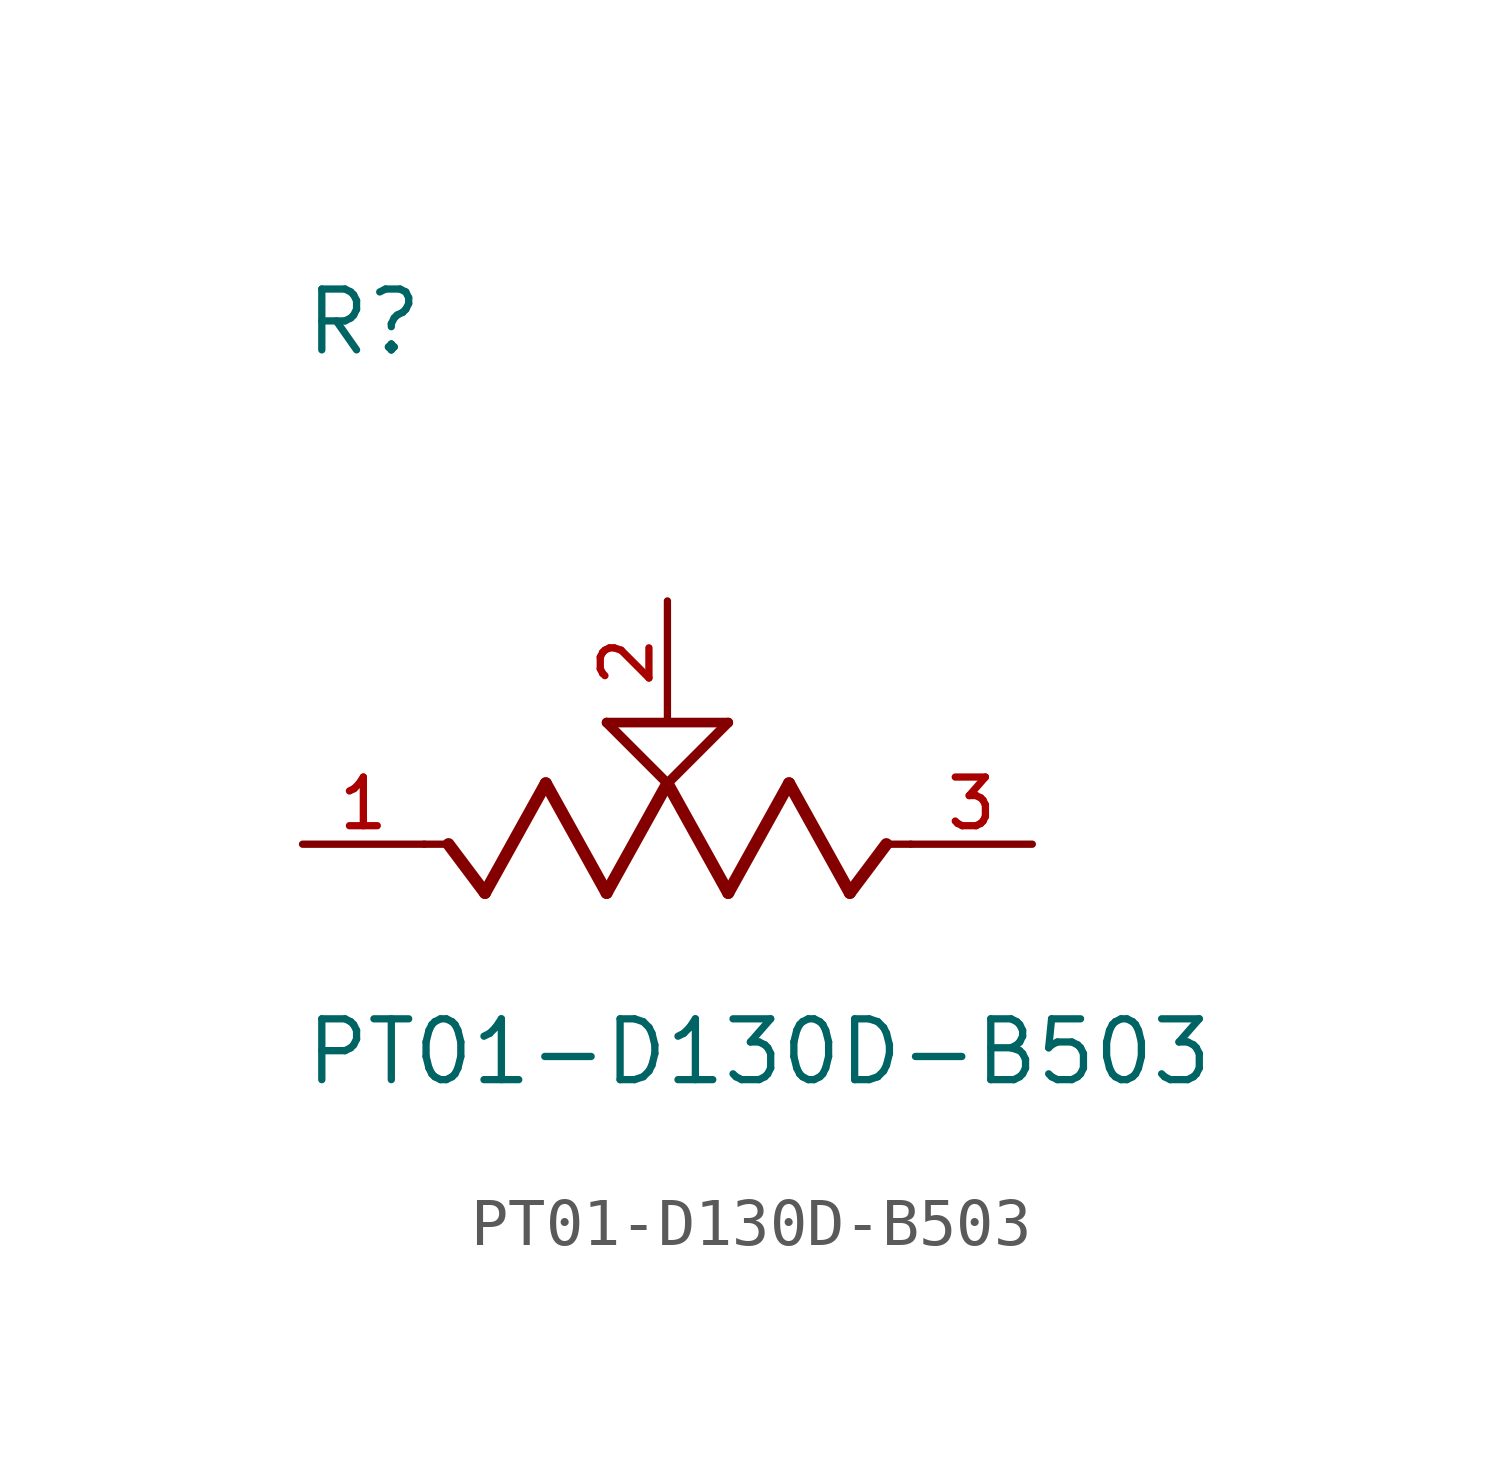
<source format=kicad_sym>
(kicad_symbol_lib
  (version 20211014)
  (generator kicad_symbol_editor)
  (symbol "PT01-D130D-B503"
    (pin_names
      (offset 1.016))
    (property "Reference" "R"
      (at -7.62 10.16 0)
      (effects (font (size 1.27 1.27)) (justify bottom left)))
    (property "Value" "PT01-D130D-B503"
      (at -7.62 -5.08 0)
      (effects (font (size 1.27 1.27)) (justify bottom left)))
    (symbol "PT01-D130D-B503_0_0"
      (polyline (pts (xy 5.08 0.0) (xy 4.572 0.0)) (stroke (width 0.152)))
      (polyline (pts (xy 4.572 0.0) (xy 3.81 -1.016)) (stroke (width 0.254)))
      (polyline (pts (xy 3.81 -1.016) (xy 2.54 1.27)) (stroke (width 0.254)))
      (polyline (pts (xy 2.54 1.27) (xy 1.27 -1.016)) (stroke (width 0.254)))
      (polyline (pts (xy 1.27 -1.016) (xy 0.0 1.27)) (stroke (width 0.254)))
      (polyline (pts (xy 0.0 1.27) (xy -1.27 -1.016)) (stroke (width 0.254)))
      (polyline (pts (xy -1.27 -1.016) (xy -2.54 1.27)) (stroke (width 0.254)))
      (polyline (pts (xy -2.54 1.27) (xy -3.81 -1.016)) (stroke (width 0.254)))
      (polyline (pts (xy -3.81 -1.016) (xy -4.572 0.0)) (stroke (width 0.254)))
      (polyline (pts (xy -4.572 0.0) (xy -5.08 0.0)) (stroke (width 0.152)))
      (polyline (pts (xy 0.0 1.27) (xy -1.27 2.54)) (stroke (width 0.203)))
      (polyline (pts (xy 1.27 2.54) (xy 0.0 1.27)) (stroke (width 0.203)))
      (polyline (pts (xy -1.27 2.54) (xy 1.27 2.54)) (stroke (width 0.203)))
      (pin passive line (at 7.62 0.0 180.0) (length 2.54) (name "~" (effects (font (size 1.016 1.016)))) (number "3" (effects (font (size 1.016 1.016)))))
      (pin passive line (at -7.62 0.0 0) (length 2.54) (name "~" (effects (font (size 1.016 1.016)))) (number "1" (effects (font (size 1.016 1.016)))))
      (pin passive line (at 0.0 5.08 270.0) (length 2.54) (name "~" (effects (font (size 1.016 1.016)))) (number "2" (effects (font (size 1.016 1.016))))))))
</source>
